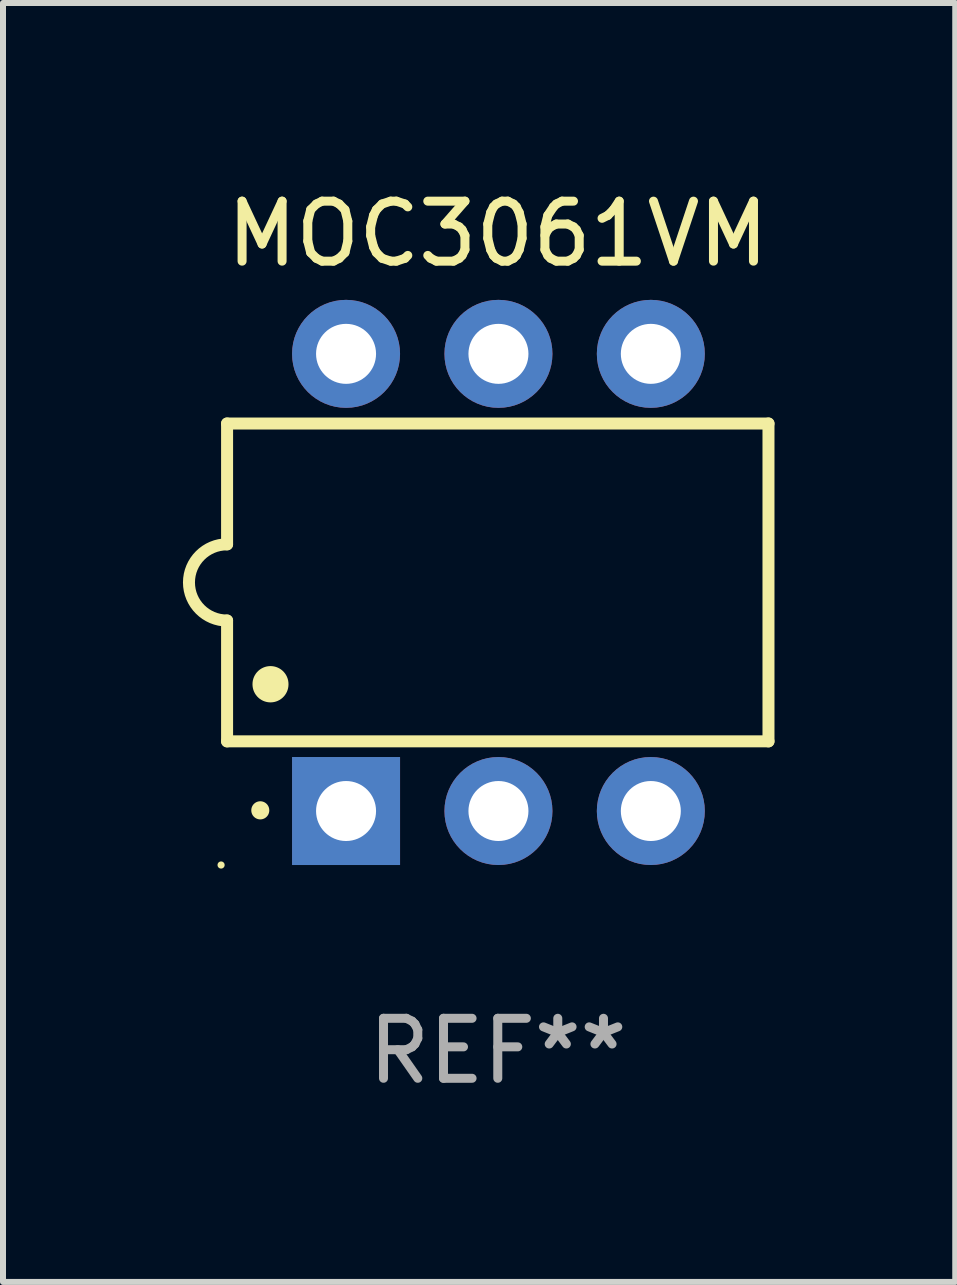
<source format=kicad_pcb>
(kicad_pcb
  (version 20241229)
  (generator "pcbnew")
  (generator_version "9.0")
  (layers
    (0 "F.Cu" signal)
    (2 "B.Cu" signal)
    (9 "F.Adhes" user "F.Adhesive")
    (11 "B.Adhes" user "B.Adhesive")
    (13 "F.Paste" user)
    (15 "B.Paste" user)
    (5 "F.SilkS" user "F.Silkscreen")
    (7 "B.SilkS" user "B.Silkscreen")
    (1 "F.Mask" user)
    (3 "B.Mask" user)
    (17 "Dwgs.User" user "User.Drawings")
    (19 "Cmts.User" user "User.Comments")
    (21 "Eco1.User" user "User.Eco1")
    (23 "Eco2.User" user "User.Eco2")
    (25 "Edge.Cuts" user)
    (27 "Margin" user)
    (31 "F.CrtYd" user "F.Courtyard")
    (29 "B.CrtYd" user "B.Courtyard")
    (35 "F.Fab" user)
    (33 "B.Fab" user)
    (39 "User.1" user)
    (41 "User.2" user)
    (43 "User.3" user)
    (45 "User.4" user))
  (footprint "MOC3061VM"
    (layer "F.Cu")
    (at 5.247 6.658)
    (property "Reference" "MOC3061VM" (at 0 -5.81 0) (layer "F.SilkS") (effects (font (size 1 1) (thickness 0.15))))
    (attr through_hole)
    (fp_line (start -4.512 -2.649) (end 4.512 -2.649) (stroke (width 0.2) (type solid)) (layer "F.SilkS"))
    (fp_line (start -4.512 -0.635) (end -4.512 -2.649) (stroke (width 0.2) (type solid)) (layer "F.SilkS"))
    (fp_line (start -4.512 2.649) (end -4.512 0.635) (stroke (width 0.2) (type solid)) (layer "F.SilkS"))
    (fp_line (start 4.512 -2.649) (end 4.512 2.649) (stroke (width 0.2) (type solid)) (layer "F.SilkS"))
    (fp_line (start 4.512 2.649) (end -4.512 2.649) (stroke (width 0.2) (type solid)) (layer "F.SilkS"))
    (fp_arc (start -4.512319 0.635001) (mid -5.14732 0) (end -4.512319 -0.635001) (stroke (width 0.2) (type solid)) (layer "F.SilkS"))
    (fp_arc (start -3.958598 3.799848) (mid -3.958603 3.798578) (end -3.958598 3.797308) (stroke (width 0.3) (type solid)) (layer "F.SilkS"))
    (fp_arc (start -3.788418 1.699263) (mid -3.788429 1.696723) (end -3.788418 1.694183) (stroke (width 0.6) (type solid)) (layer "F.SilkS"))
    (fp_circle (center -4.612 4.71) (end -4.582 4.71) (stroke (width 0.06) (type solid)) (fill no) (layer "F.SilkS"))
    (fp_text user "REF**" (at 0 7.81 0) (layer "F.Fab") (effects (font (size 1 1) (thickness 0.15))))
    (pad "1" thru_hole rect (at -2.529 3.81 90) (size 1.8 1.8) (drill 1) (layers "*.Cu" "*.Mask"))
    (pad "2" thru_hole circle (at 0.011 3.81) (size 1.8 1.8) (drill 1) (layers "*.Cu" "*.Mask"))
    (pad "3" thru_hole circle (at 2.551 3.81) (size 1.8 1.8) (drill 1) (layers "*.Cu" "*.Mask"))
    (pad "4" thru_hole circle (at 2.551 -3.81) (size 1.8 1.8) (drill 1) (layers "*.Cu" "*.Mask"))
    (pad "5" thru_hole circle (at 0.011 -3.81) (size 1.8 1.8) (drill 1) (layers "*.Cu" "*.Mask"))
    (pad "6" thru_hole circle (at -2.529 -3.81) (size 1.8 1.8) (drill 1) (layers "*.Cu" "*.Mask")))
  (gr_rect
    (start -3 -3)
    (end 12.872 18.317)
    (stroke (width 0.1) (type default))
    (fill no)
    (layer "Edge.Cuts")))
</source>
